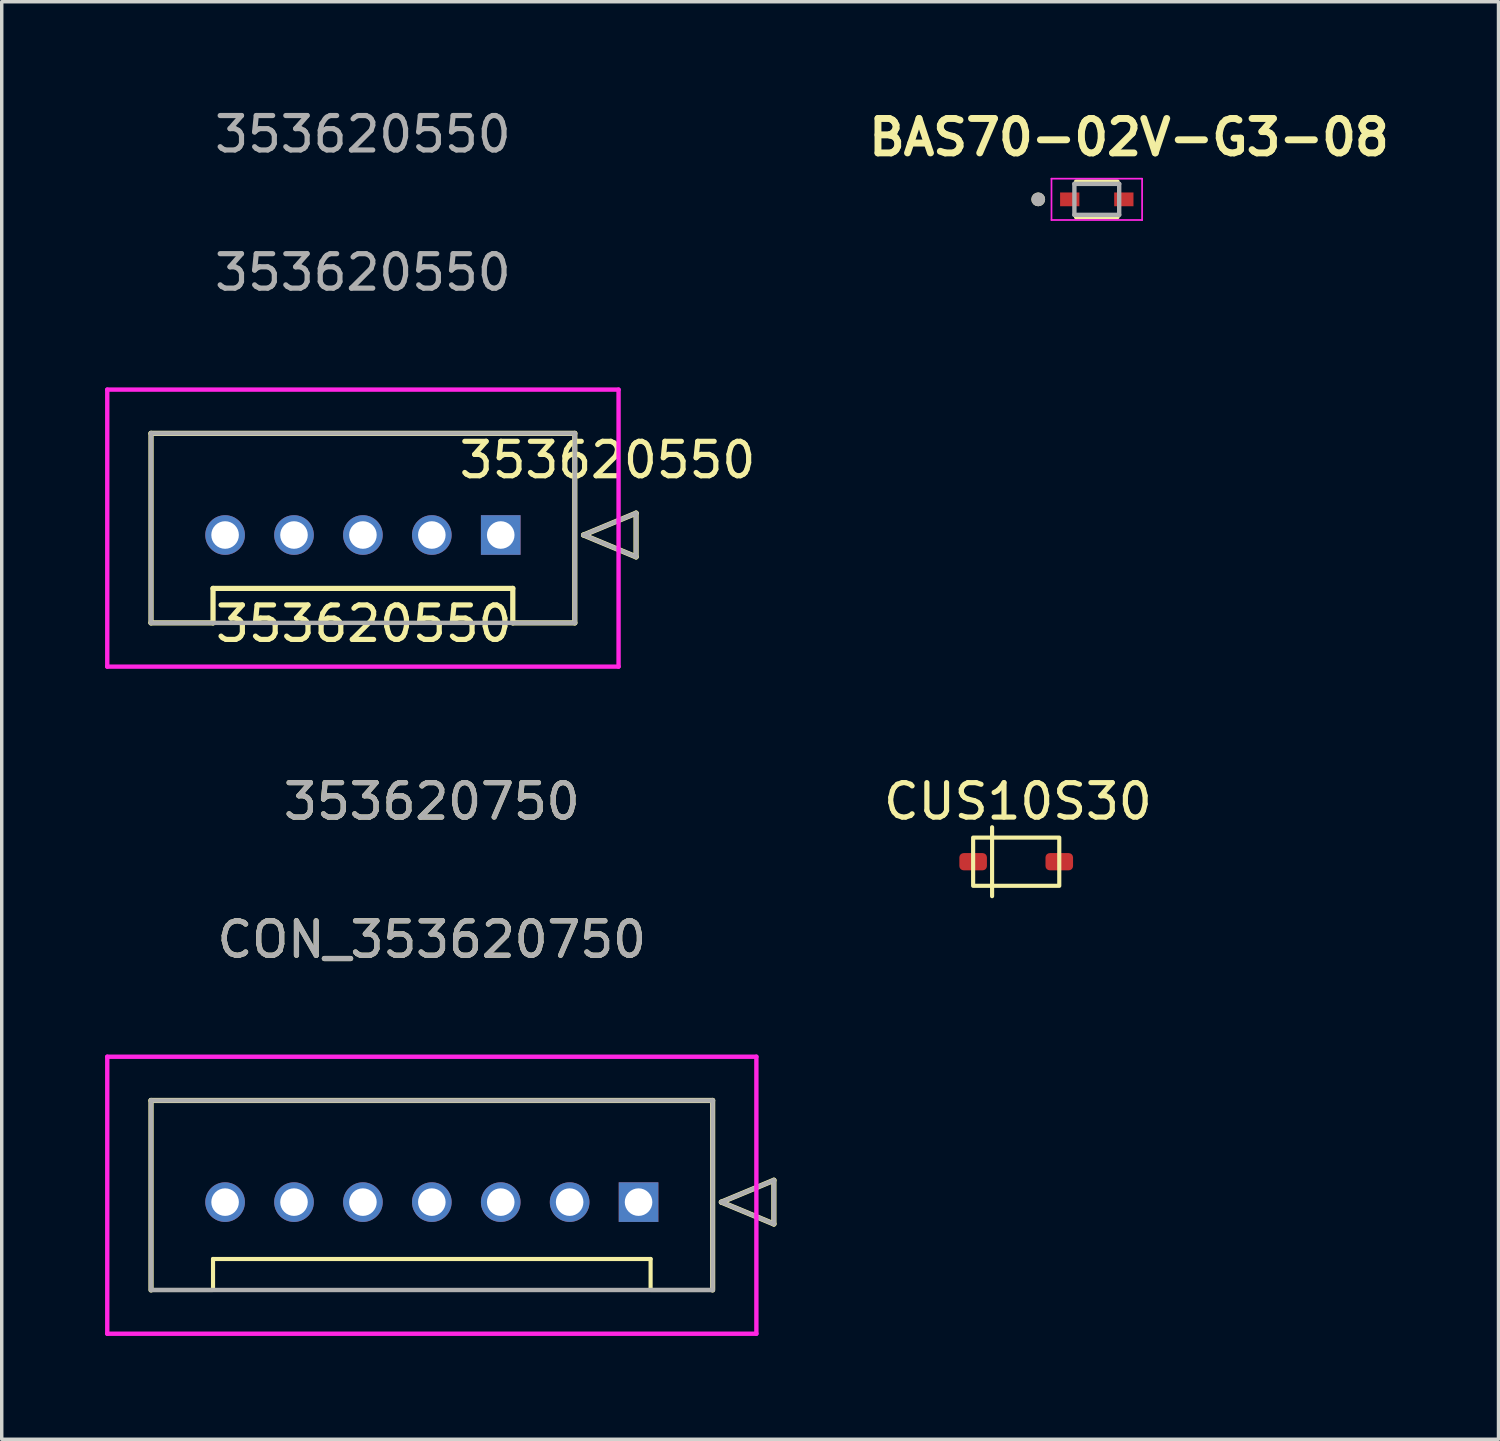
<source format=kicad_pcb>
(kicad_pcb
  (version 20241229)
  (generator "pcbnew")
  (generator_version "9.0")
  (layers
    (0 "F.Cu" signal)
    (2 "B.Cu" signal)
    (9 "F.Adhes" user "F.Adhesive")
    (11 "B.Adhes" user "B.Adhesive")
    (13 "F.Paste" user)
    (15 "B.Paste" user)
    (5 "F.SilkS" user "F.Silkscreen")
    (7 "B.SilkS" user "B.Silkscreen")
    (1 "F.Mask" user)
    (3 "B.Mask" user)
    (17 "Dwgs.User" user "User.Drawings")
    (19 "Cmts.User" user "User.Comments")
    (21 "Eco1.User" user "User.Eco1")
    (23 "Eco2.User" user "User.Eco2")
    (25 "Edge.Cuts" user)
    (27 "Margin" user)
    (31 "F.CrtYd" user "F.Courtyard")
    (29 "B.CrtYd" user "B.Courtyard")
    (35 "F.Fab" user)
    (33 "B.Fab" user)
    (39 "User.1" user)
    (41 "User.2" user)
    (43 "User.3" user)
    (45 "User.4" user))
  (footprint "CON_353620750"
    (layer "F.Cu")
    (at 15.483 31.84)
    (property "Reference" "CON_353620750" (at -6 -7.62 0) (unlocked yes) (layer "F.SilkS") (effects (font (size 1 1) (thickness 0.15))))
    (attr through_hole)
    (fp_line (start -14.15 -2.95) (end -14.15 2.55) (stroke (width 0.152) (type solid)) (layer "F.SilkS"))
    (fp_line (start -14.15 2.55) (end -12.35 2.55) (stroke (width 0.12) (type default)) (layer "F.SilkS"))
    (fp_line (start -12.35 2.55) (end -12.35 1.65) (stroke (width 0.12) (type default)) (layer "F.SilkS"))
    (fp_line (start 0.35 1.65) (end -12.35 1.65) (stroke (width 0.12) (type default)) (layer "F.SilkS"))
    (fp_line (start 0.35 2.55) (end 0.35 1.65) (stroke (width 0.12) (type default)) (layer "F.SilkS"))
    (fp_line (start 2.15 -2.95) (end -14.15 -2.95) (stroke (width 0.152) (type solid)) (layer "F.SilkS"))
    (fp_line (start 2.15 2.55) (end 0.35 2.55) (stroke (width 0.12) (type default)) (layer "F.SilkS"))
    (fp_line (start 2.15 2.55) (end 2.15 -2.95) (stroke (width 0.152) (type solid)) (layer "F.SilkS"))
    (fp_line (start 2.404 0) (end 3.928 -0.635) (stroke (width 0.152) (type solid)) (layer "F.SilkS"))
    (fp_line (start 3.928 -0.635) (end 3.928 0.635) (stroke (width 0.152) (type solid)) (layer "F.SilkS"))
    (fp_line (start 3.928 0.635) (end 2.404 0) (stroke (width 0.152) (type solid)) (layer "F.SilkS"))
    (fp_line (start -15.42 -4.22) (end -15.42 3.82) (stroke (width 0.127) (type solid)) (layer "F.CrtYd"))
    (fp_line (start -15.42 3.82) (end 3.42 3.82) (stroke (width 0.127) (type solid)) (layer "F.CrtYd"))
    (fp_line (start 3.42 -4.22) (end -15.42 -4.22) (stroke (width 0.127) (type solid)) (layer "F.CrtYd"))
    (fp_line (start 3.42 3.82) (end 3.42 -4.22) (stroke (width 0.127) (type solid)) (layer "F.CrtYd"))
    (fp_line (start -14.15 -2.95) (end -14.15 2.55) (stroke (width 0.127) (type solid)) (layer "F.Fab"))
    (fp_line (start -14.15 2.55) (end 2.15 2.55) (stroke (width 0.127) (type solid)) (layer "F.Fab"))
    (fp_line (start 2.15 -2.95) (end -14.15 -2.95) (stroke (width 0.127) (type solid)) (layer "F.Fab"))
    (fp_line (start 2.15 2.55) (end 2.15 -2.95) (stroke (width 0.127) (type solid)) (layer "F.Fab"))
    (fp_line (start 2.404 0) (end 3.928 -0.635) (stroke (width 0.127) (type solid)) (layer "F.Fab"))
    (fp_line (start 3.928 -0.635) (end 3.928 0.635) (stroke (width 0.127) (type solid)) (layer "F.Fab"))
    (fp_line (start 3.928 0.635) (end 2.404 0) (stroke (width 0.127) (type solid)) (layer "F.Fab"))
    (fp_text user "353620750" (at -6 -11.63 0) (unlocked yes) (layer "F.SilkS") (effects (font (size 1 1) (thickness 0.15))))
    (fp_text user "${REFERENCE}" (at -6 -7.62 0) (unlocked yes) (layer "F.Fab") (effects (font (size 1 1) (thickness 0.15))))
    (fp_text user "353620750" (at -6 -11.63 0) (unlocked yes) (layer "F.Fab") (effects (font (size 1 1) (thickness 0.15))))
    (pad "1" thru_hole rect (at 0 0) (size 1.15 1.15) (drill 0.8) (layers "*.Cu" "*.Mask"))
    (pad "2" thru_hole circle (at -2 0) (size 1.15 1.15) (drill 0.8) (layers "*.Cu" "*.Mask"))
    (pad "3" thru_hole circle (at -4 0) (size 1.15 1.15) (drill 0.8) (layers "*.Cu" "*.Mask"))
    (pad "4" thru_hole circle (at -6 0) (size 1.15 1.15) (drill 0.8) (layers "*.Cu" "*.Mask"))
    (pad "5" thru_hole circle (at -8 0) (size 1.15 1.15) (drill 0.8) (layers "*.Cu" "*.Mask"))
    (pad "6" thru_hole circle (at -10 0) (size 1.15 1.15) (drill 0.8) (layers "*.Cu" "*.Mask"))
    (pad "7" thru_hole circle (at -12 0) (size 1.15 1.15) (drill 0.8) (layers "*.Cu" "*.Mask")))
  (footprint "353620550"
    (layer "F.Cu")
    (at 11.483 12.478)
    (property "Reference" "353620550" (at 3.1 -2.175 0) (unlocked yes) (layer "F.SilkS") (effects (font (size 1 1) (thickness 0.15))))
    (attr through_hole)
    (fp_line (start -10.15 -2.95) (end -10.15 2.55) (stroke (width 0.152) (type solid)) (layer "F.SilkS"))
    (fp_line (start -10.15 2.55) (end -8.35 2.55) (stroke (width 0.152) (type default)) (layer "F.SilkS"))
    (fp_line (start -8.35 1.55) (end 0.35 1.55) (stroke (width 0.152) (type default)) (layer "F.SilkS"))
    (fp_line (start -8.35 2.55) (end -8.35 1.55) (stroke (width 0.152) (type default)) (layer "F.SilkS"))
    (fp_line (start 0.35 2.55) (end 0.35 1.55) (stroke (width 0.152) (type default)) (layer "F.SilkS"))
    (fp_line (start 2.15 -2.95) (end -10.15 -2.95) (stroke (width 0.152) (type solid)) (layer "F.SilkS"))
    (fp_line (start 2.15 2.55) (end 0.35 2.55) (stroke (width 0.152) (type default)) (layer "F.SilkS"))
    (fp_line (start 2.15 2.55) (end 2.15 -2.95) (stroke (width 0.152) (type solid)) (layer "F.SilkS"))
    (fp_line (start 2.404 0) (end 3.928 -0.635) (stroke (width 0.152) (type solid)) (layer "F.SilkS"))
    (fp_line (start 3.928 -0.635) (end 3.928 0.635) (stroke (width 0.152) (type solid)) (layer "F.SilkS"))
    (fp_line (start 3.928 0.635) (end 2.404 0) (stroke (width 0.152) (type solid)) (layer "F.SilkS"))
    (fp_line (start -11.42 -4.22) (end -11.42 3.82) (stroke (width 0.127) (type solid)) (layer "F.CrtYd"))
    (fp_line (start -11.42 3.82) (end 3.42 3.82) (stroke (width 0.127) (type solid)) (layer "F.CrtYd"))
    (fp_line (start 3.42 -4.22) (end -11.42 -4.22) (stroke (width 0.127) (type solid)) (layer "F.CrtYd"))
    (fp_line (start 3.42 3.82) (end 3.42 -4.22) (stroke (width 0.127) (type solid)) (layer "F.CrtYd"))
    (fp_line (start -10.15 -2.95) (end -10.15 2.55) (stroke (width 0.127) (type solid)) (layer "F.Fab"))
    (fp_line (start -10.15 2.55) (end 2.15 2.55) (stroke (width 0.127) (type solid)) (layer "F.Fab"))
    (fp_line (start 2.15 -2.95) (end -10.15 -2.95) (stroke (width 0.127) (type solid)) (layer "F.Fab"))
    (fp_line (start 2.15 2.55) (end 2.15 -2.95) (stroke (width 0.127) (type solid)) (layer "F.Fab"))
    (fp_line (start 2.404 0) (end 3.928 -0.635) (stroke (width 0.127) (type solid)) (layer "F.Fab"))
    (fp_line (start 3.928 -0.635) (end 3.928 0.635) (stroke (width 0.127) (type solid)) (layer "F.Fab"))
    (fp_line (start 3.928 0.635) (end 2.404 0) (stroke (width 0.127) (type solid)) (layer "F.Fab"))
    (fp_text user "353620550" (at -3.975 2.575 0) (unlocked yes) (layer "F.SilkS") (effects (font (size 1 1) (thickness 0.15))))
    (fp_text user "${REFERENCE}" (at -4 -7.62 0) (unlocked yes) (layer "F.Fab") (effects (font (size 1 1) (thickness 0.15))))
    (fp_text user "353620550" (at -4 -11.63 0) (unlocked yes) (layer "F.Fab") (effects (font (size 1 1) (thickness 0.15))))
    (pad "1" thru_hole rect (at 0 0) (size 1.15 1.15) (drill 0.8) (layers "*.Cu" "*.Mask"))
    (pad "2" thru_hole circle (at -2 0) (size 1.15 1.15) (drill 0.8) (layers "*.Cu" "*.Mask"))
    (pad "3" thru_hole circle (at -4 0) (size 1.15 1.15) (drill 0.8) (layers "*.Cu" "*.Mask"))
    (pad "4" thru_hole circle (at -6 0) (size 1.15 1.15) (drill 0.8) (layers "*.Cu" "*.Mask"))
    (pad "5" thru_hole circle (at -8 0) (size 1.15 1.15) (drill 0.8) (layers "*.Cu" "*.Mask")))
  (footprint "BAS70-02V-G3-08"
    (layer "F.Cu")
    (at 28.783 2.736)
    (property "Reference" "BAS70-02V-G3-08" (at 0.935 -1.8 0) (layer "F.SilkS") (effects (font (size 1 1) (thickness 0.2) (bold yes))))
    (attr smd)
    (fp_line (start -0.6 -0.515) (end 0.6 -0.515) (stroke (width 0.127) (type solid)) (layer "F.SilkS"))
    (fp_line (start 0.6 0.515) (end -0.6 0.515) (stroke (width 0.127) (type solid)) (layer "F.SilkS"))
    (fp_circle (center -1.7 0) (end -1.6 0) (stroke (width 0.2) (type solid)) (fill no) (layer "F.SilkS"))
    (fp_line (start -1.315 -0.6) (end 1.315 -0.6) (stroke (width 0.05) (type solid)) (layer "F.CrtYd"))
    (fp_line (start -1.315 0.6) (end -1.315 -0.6) (stroke (width 0.05) (type solid)) (layer "F.CrtYd"))
    (fp_line (start 1.315 -0.6) (end 1.315 0.6) (stroke (width 0.05) (type solid)) (layer "F.CrtYd"))
    (fp_line (start 1.315 0.6) (end -1.315 0.6) (stroke (width 0.05) (type solid)) (layer "F.CrtYd"))
    (fp_line (start -0.65 -0.45) (end 0.65 -0.45) (stroke (width 0.127) (type solid)) (layer "F.Fab"))
    (fp_line (start -0.65 0.45) (end -0.65 -0.45) (stroke (width 0.127) (type solid)) (layer "F.Fab"))
    (fp_line (start 0.65 -0.45) (end 0.65 0.45) (stroke (width 0.127) (type solid)) (layer "F.Fab"))
    (fp_line (start 0.65 0.45) (end -0.65 0.45) (stroke (width 0.127) (type solid)) (layer "F.Fab"))
    (fp_circle (center -1.7 0) (end -1.6 0) (stroke (width 0.2) (type solid)) (fill no) (layer "F.Fab"))
    (pad "0" smd rect (at 0.785 0) (size 0.56 0.4) (layers "F.Cu" "F.Mask" "F.Paste"))
    (pad "1" smd rect (at -0.785 0) (size 0.56 0.4) (layers "F.Cu" "F.Mask" "F.Paste")))
  (footprint "CUS10S30"
    (layer "F.Cu")
    (at 26.444 21.96)
    (property "Reference" "CUS10S30" (at 0.05 -1.75 0) (unlocked yes) (layer "F.SilkS") (effects (font (size 1 1) (thickness 0.15))))
    (attr smd)
    (fp_line (start -0.7 -1) (end -0.7 1) (stroke (width 0.12) (type default)) (layer "F.SilkS"))
    (fp_rect (start -1.25 -0.7) (end 1.25 0.7) (stroke (width 0.12) (type default)) (fill no) (layer "F.SilkS"))
    (pad "0" smd roundrect (at -1.25 0) (size 0.8 0.5) (layers "F.Cu" "F.Mask" "F.Paste") (roundrect_rratio 0.25))
    (pad "1" smd roundrect (at 1.25 0) (size 0.8 0.5) (layers "F.Cu" "F.Mask" "F.Paste") (roundrect_rratio 0.25)))
  (gr_rect
    (start -3 -3)
    (end 40.442 38.723)
    (stroke (width 0.1) (type default))
    (fill no)
    (layer "Edge.Cuts")))
</source>
